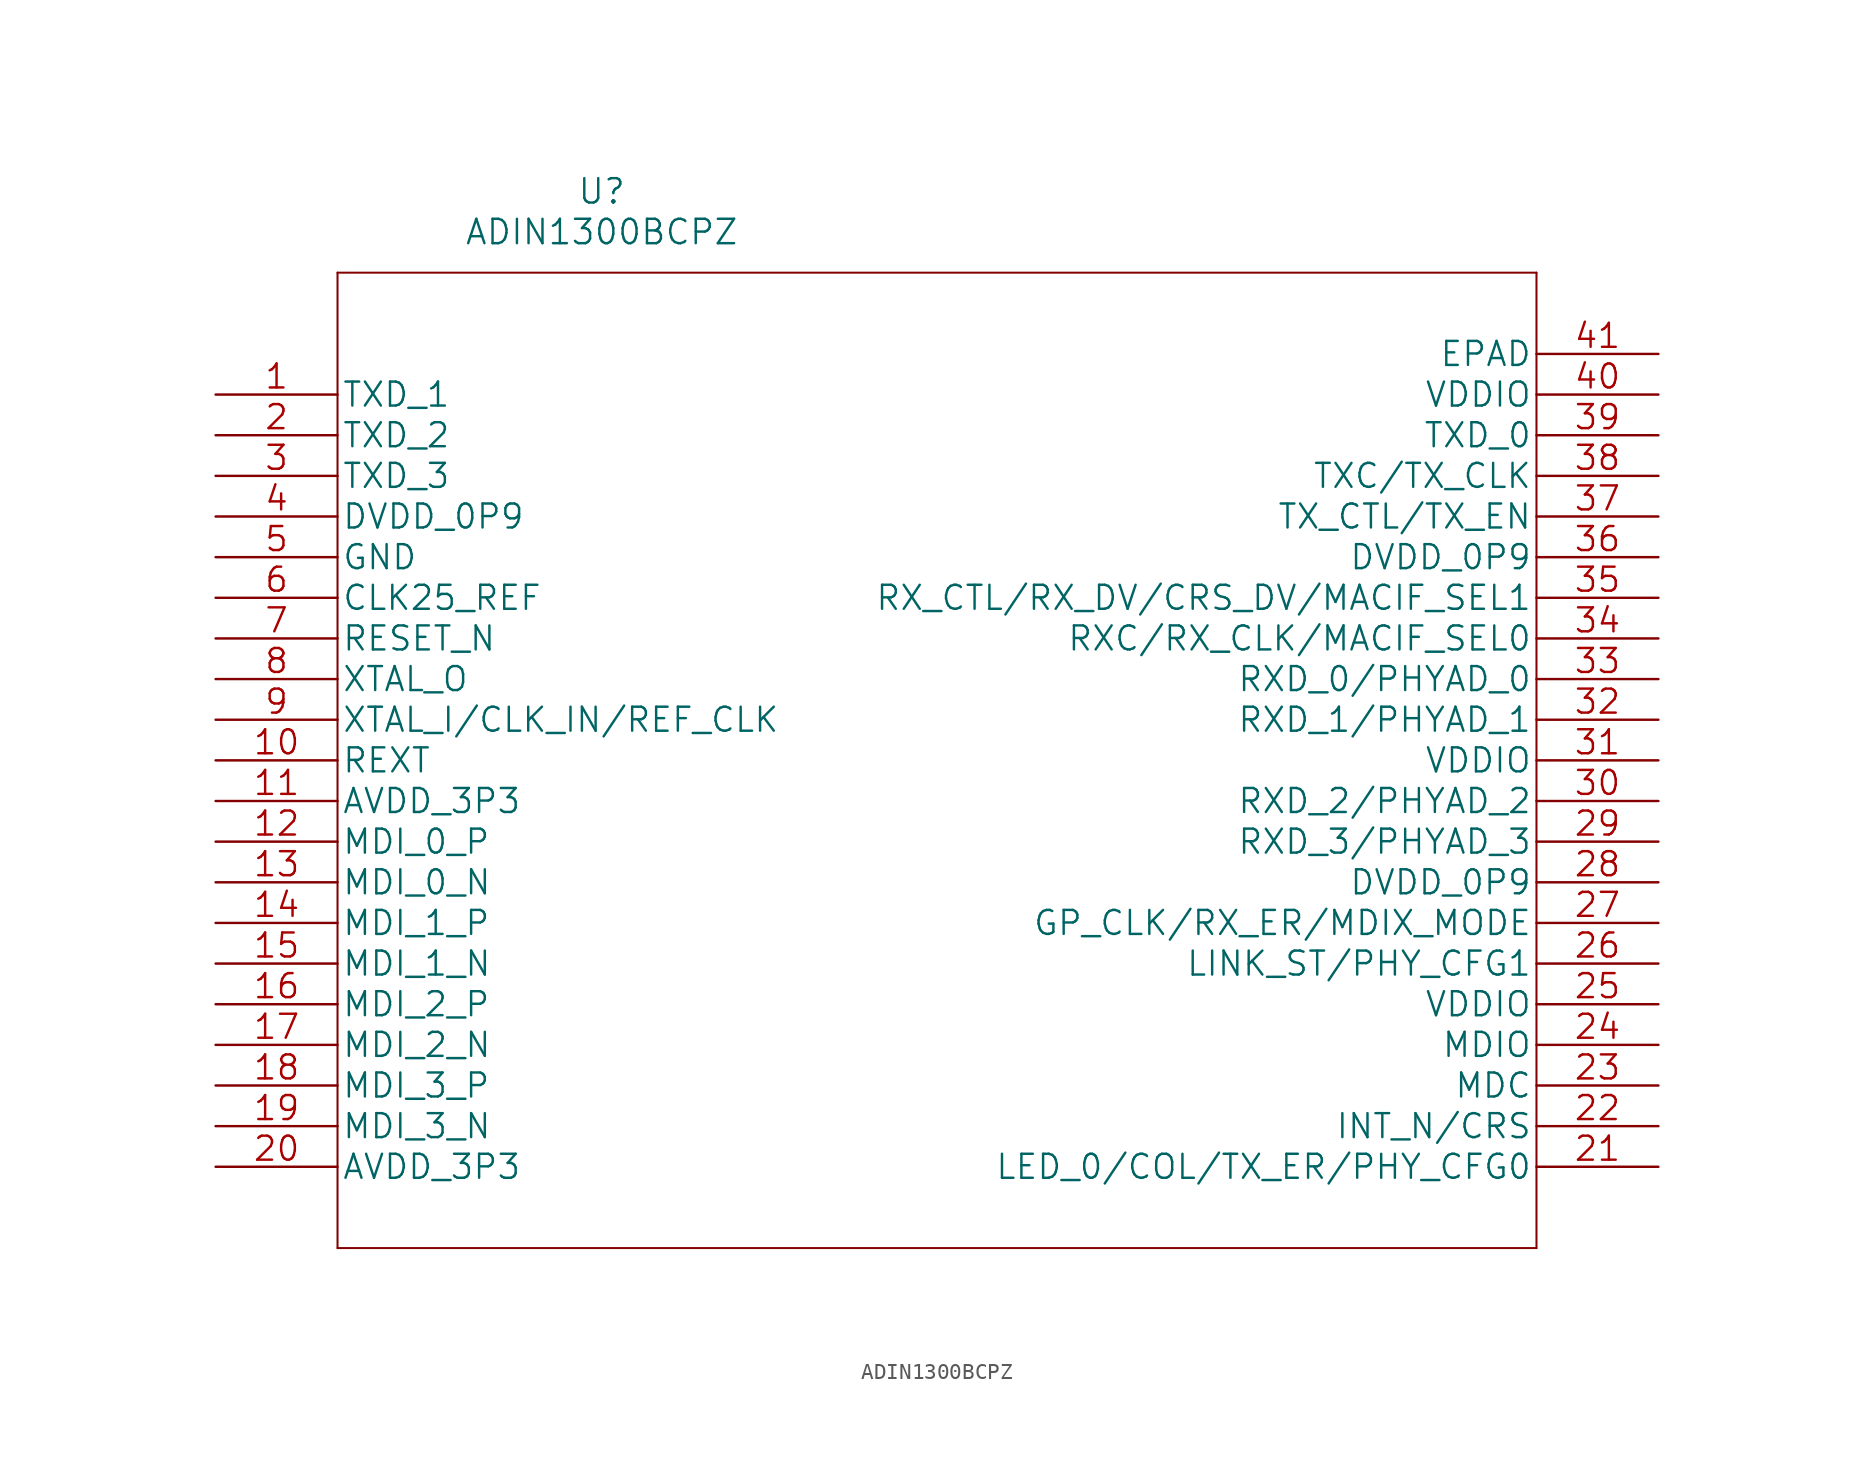
<source format=kicad_sym>
(kicad_symbol_lib
  (version 20211014)
  (generator kicad_symbol_editor)
  (symbol "ADIN1300BCPZ"
    (pin_names
      (offset 0.254))
    (property "Reference" "U"
      (at -20.32 35.56 0)
      (effects (font (size 1.524 1.524))))
    (property "Value" "ADIN1300BCPZ"
      (at -20.32 33.02 0)
      (effects (font (size 1.524 1.524))))
    (property "Datasheet" ""
      (at -44.45 22.86 0)
      (effects (font (size 1.524 1.524))))
    (symbol "ADIN1300BCPZ_1_1"
      (polyline (pts (xy -36.83 -30.48) (xy 38.1 -30.48)) (stroke (width 0.127) (type default) (color 0 0 0 0)) (fill (type none)))
      (polyline (pts (xy -36.83 30.48) (xy -36.83 -30.48)) (stroke (width 0.127) (type default) (color 0 0 0 0)) (fill (type none)))
      (polyline (pts (xy 38.1 -30.48) (xy 38.1 30.48)) (stroke (width 0.127) (type default) (color 0 0 0 0)) (fill (type none)))
      (polyline (pts (xy 38.1 30.48) (xy -36.83 30.48)) (stroke (width 0.127) (type default) (color 0 0 0 0)) (fill (type none)))
      (pin unspecified line (at -44.45 22.86 0) (length 7.62) (name "TXD_1" (effects (font (size 1.499 1.499)))) (number "1" (effects (font (size 1.499 1.499)))))
      (pin unspecified line (at -44.45 0 0) (length 7.62) (name "REXT" (effects (font (size 1.499 1.499)))) (number "10" (effects (font (size 1.499 1.499)))))
      (pin unspecified line (at -44.45 -2.54 0) (length 7.62) (name "AVDD_3P3" (effects (font (size 1.499 1.499)))) (number "11" (effects (font (size 1.499 1.499)))))
      (pin unspecified line (at -44.45 -5.08 0) (length 7.62) (name "MDI_0_P" (effects (font (size 1.499 1.499)))) (number "12" (effects (font (size 1.499 1.499)))))
      (pin unspecified line (at -44.45 -7.62 0) (length 7.62) (name "MDI_0_N" (effects (font (size 1.499 1.499)))) (number "13" (effects (font (size 1.499 1.499)))))
      (pin unspecified line (at -44.45 -10.16 0) (length 7.62) (name "MDI_1_P" (effects (font (size 1.499 1.499)))) (number "14" (effects (font (size 1.499 1.499)))))
      (pin unspecified line (at -44.45 -12.7 0) (length 7.62) (name "MDI_1_N" (effects (font (size 1.499 1.499)))) (number "15" (effects (font (size 1.499 1.499)))))
      (pin unspecified line (at -44.45 -15.24 0) (length 7.62) (name "MDI_2_P" (effects (font (size 1.499 1.499)))) (number "16" (effects (font (size 1.499 1.499)))))
      (pin unspecified line (at -44.45 -17.78 0) (length 7.62) (name "MDI_2_N" (effects (font (size 1.499 1.499)))) (number "17" (effects (font (size 1.499 1.499)))))
      (pin unspecified line (at -44.45 -20.32 0) (length 7.62) (name "MDI_3_P" (effects (font (size 1.499 1.499)))) (number "18" (effects (font (size 1.499 1.499)))))
      (pin unspecified line (at -44.45 -22.86 0) (length 7.62) (name "MDI_3_N" (effects (font (size 1.499 1.499)))) (number "19" (effects (font (size 1.499 1.499)))))
      (pin unspecified line (at -44.45 20.32 0) (length 7.62) (name "TXD_2" (effects (font (size 1.499 1.499)))) (number "2" (effects (font (size 1.499 1.499)))))
      (pin unspecified line (at -44.45 -25.4 0) (length 7.62) (name "AVDD_3P3" (effects (font (size 1.499 1.499)))) (number "20" (effects (font (size 1.499 1.499)))))
      (pin unspecified line (at 45.72 -25.4 180) (length 7.62) (name "LED_0/COL/TX_ER/PHY_CFG0" (effects (font (size 1.499 1.499)))) (number "21" (effects (font (size 1.499 1.499)))))
      (pin unspecified line (at 45.72 -22.86 180) (length 7.62) (name "INT_N/CRS" (effects (font (size 1.499 1.499)))) (number "22" (effects (font (size 1.499 1.499)))))
      (pin unspecified line (at 45.72 -20.32 180) (length 7.62) (name "MDC" (effects (font (size 1.499 1.499)))) (number "23" (effects (font (size 1.499 1.499)))))
      (pin unspecified line (at 45.72 -17.78 180) (length 7.62) (name "MDIO" (effects (font (size 1.499 1.499)))) (number "24" (effects (font (size 1.499 1.499)))))
      (pin unspecified line (at 45.72 -15.24 180) (length 7.62) (name "VDDIO" (effects (font (size 1.499 1.499)))) (number "25" (effects (font (size 1.499 1.499)))))
      (pin unspecified line (at 45.72 -12.7 180) (length 7.62) (name "LINK_ST/PHY_CFG1" (effects (font (size 1.499 1.499)))) (number "26" (effects (font (size 1.499 1.499)))))
      (pin unspecified line (at 45.72 -10.16 180) (length 7.62) (name "GP_CLK/RX_ER/MDIX_MODE" (effects (font (size 1.499 1.499)))) (number "27" (effects (font (size 1.499 1.499)))))
      (pin unspecified line (at 45.72 -7.62 180) (length 7.62) (name "DVDD_0P9" (effects (font (size 1.499 1.499)))) (number "28" (effects (font (size 1.499 1.499)))))
      (pin unspecified line (at 45.72 -5.08 180) (length 7.62) (name "RXD_3/PHYAD_3" (effects (font (size 1.499 1.499)))) (number "29" (effects (font (size 1.499 1.499)))))
      (pin unspecified line (at -44.45 17.78 0) (length 7.62) (name "TXD_3" (effects (font (size 1.499 1.499)))) (number "3" (effects (font (size 1.499 1.499)))))
      (pin unspecified line (at 45.72 -2.54 180) (length 7.62) (name "RXD_2/PHYAD_2" (effects (font (size 1.499 1.499)))) (number "30" (effects (font (size 1.499 1.499)))))
      (pin unspecified line (at 45.72 0 180) (length 7.62) (name "VDDIO" (effects (font (size 1.499 1.499)))) (number "31" (effects (font (size 1.499 1.499)))))
      (pin unspecified line (at 45.72 2.54 180) (length 7.62) (name "RXD_1/PHYAD_1" (effects (font (size 1.499 1.499)))) (number "32" (effects (font (size 1.499 1.499)))))
      (pin unspecified line (at 45.72 5.08 180) (length 7.62) (name "RXD_0/PHYAD_0" (effects (font (size 1.499 1.499)))) (number "33" (effects (font (size 1.499 1.499)))))
      (pin unspecified line (at 45.72 7.62 180) (length 7.62) (name "RXC/RX_CLK/MACIF_SEL0" (effects (font (size 1.499 1.499)))) (number "34" (effects (font (size 1.499 1.499)))))
      (pin unspecified line (at 45.72 10.16 180) (length 7.62) (name "RX_CTL/RX_DV/CRS_DV/MACIF_SEL1" (effects (font (size 1.499 1.499)))) (number "35" (effects (font (size 1.499 1.499)))))
      (pin unspecified line (at 45.72 12.7 180) (length 7.62) (name "DVDD_0P9" (effects (font (size 1.499 1.499)))) (number "36" (effects (font (size 1.499 1.499)))))
      (pin unspecified line (at 45.72 15.24 180) (length 7.62) (name "TX_CTL/TX_EN" (effects (font (size 1.499 1.499)))) (number "37" (effects (font (size 1.499 1.499)))))
      (pin unspecified line (at 45.72 17.78 180) (length 7.62) (name "TXC/TX_CLK" (effects (font (size 1.499 1.499)))) (number "38" (effects (font (size 1.499 1.499)))))
      (pin unspecified line (at 45.72 20.32 180) (length 7.62) (name "TXD_0" (effects (font (size 1.499 1.499)))) (number "39" (effects (font (size 1.499 1.499)))))
      (pin unspecified line (at -44.45 15.24 0) (length 7.62) (name "DVDD_0P9" (effects (font (size 1.499 1.499)))) (number "4" (effects (font (size 1.499 1.499)))))
      (pin unspecified line (at 45.72 22.86 180) (length 7.62) (name "VDDIO" (effects (font (size 1.499 1.499)))) (number "40" (effects (font (size 1.499 1.499)))))
      (pin unspecified line (at 45.72 25.4 180) (length 7.62) (name "EPAD" (effects (font (size 1.499 1.499)))) (number "41" (effects (font (size 1.499 1.499)))))
      (pin unspecified line (at -44.45 12.7 0) (length 7.62) (name "GND" (effects (font (size 1.499 1.499)))) (number "5" (effects (font (size 1.499 1.499)))))
      (pin unspecified line (at -44.45 10.16 0) (length 7.62) (name "CLK25_REF" (effects (font (size 1.499 1.499)))) (number "6" (effects (font (size 1.499 1.499)))))
      (pin unspecified line (at -44.45 7.62 0) (length 7.62) (name "RESET_N" (effects (font (size 1.499 1.499)))) (number "7" (effects (font (size 1.499 1.499)))))
      (pin unspecified line (at -44.45 5.08 0) (length 7.62) (name "XTAL_O" (effects (font (size 1.499 1.499)))) (number "8" (effects (font (size 1.499 1.499)))))
      (pin unspecified line (at -44.45 2.54 0) (length 7.62) (name "XTAL_I/CLK_IN/REF_CLK" (effects (font (size 1.499 1.499)))) (number "9" (effects (font (size 1.499 1.499))))))))
</source>
